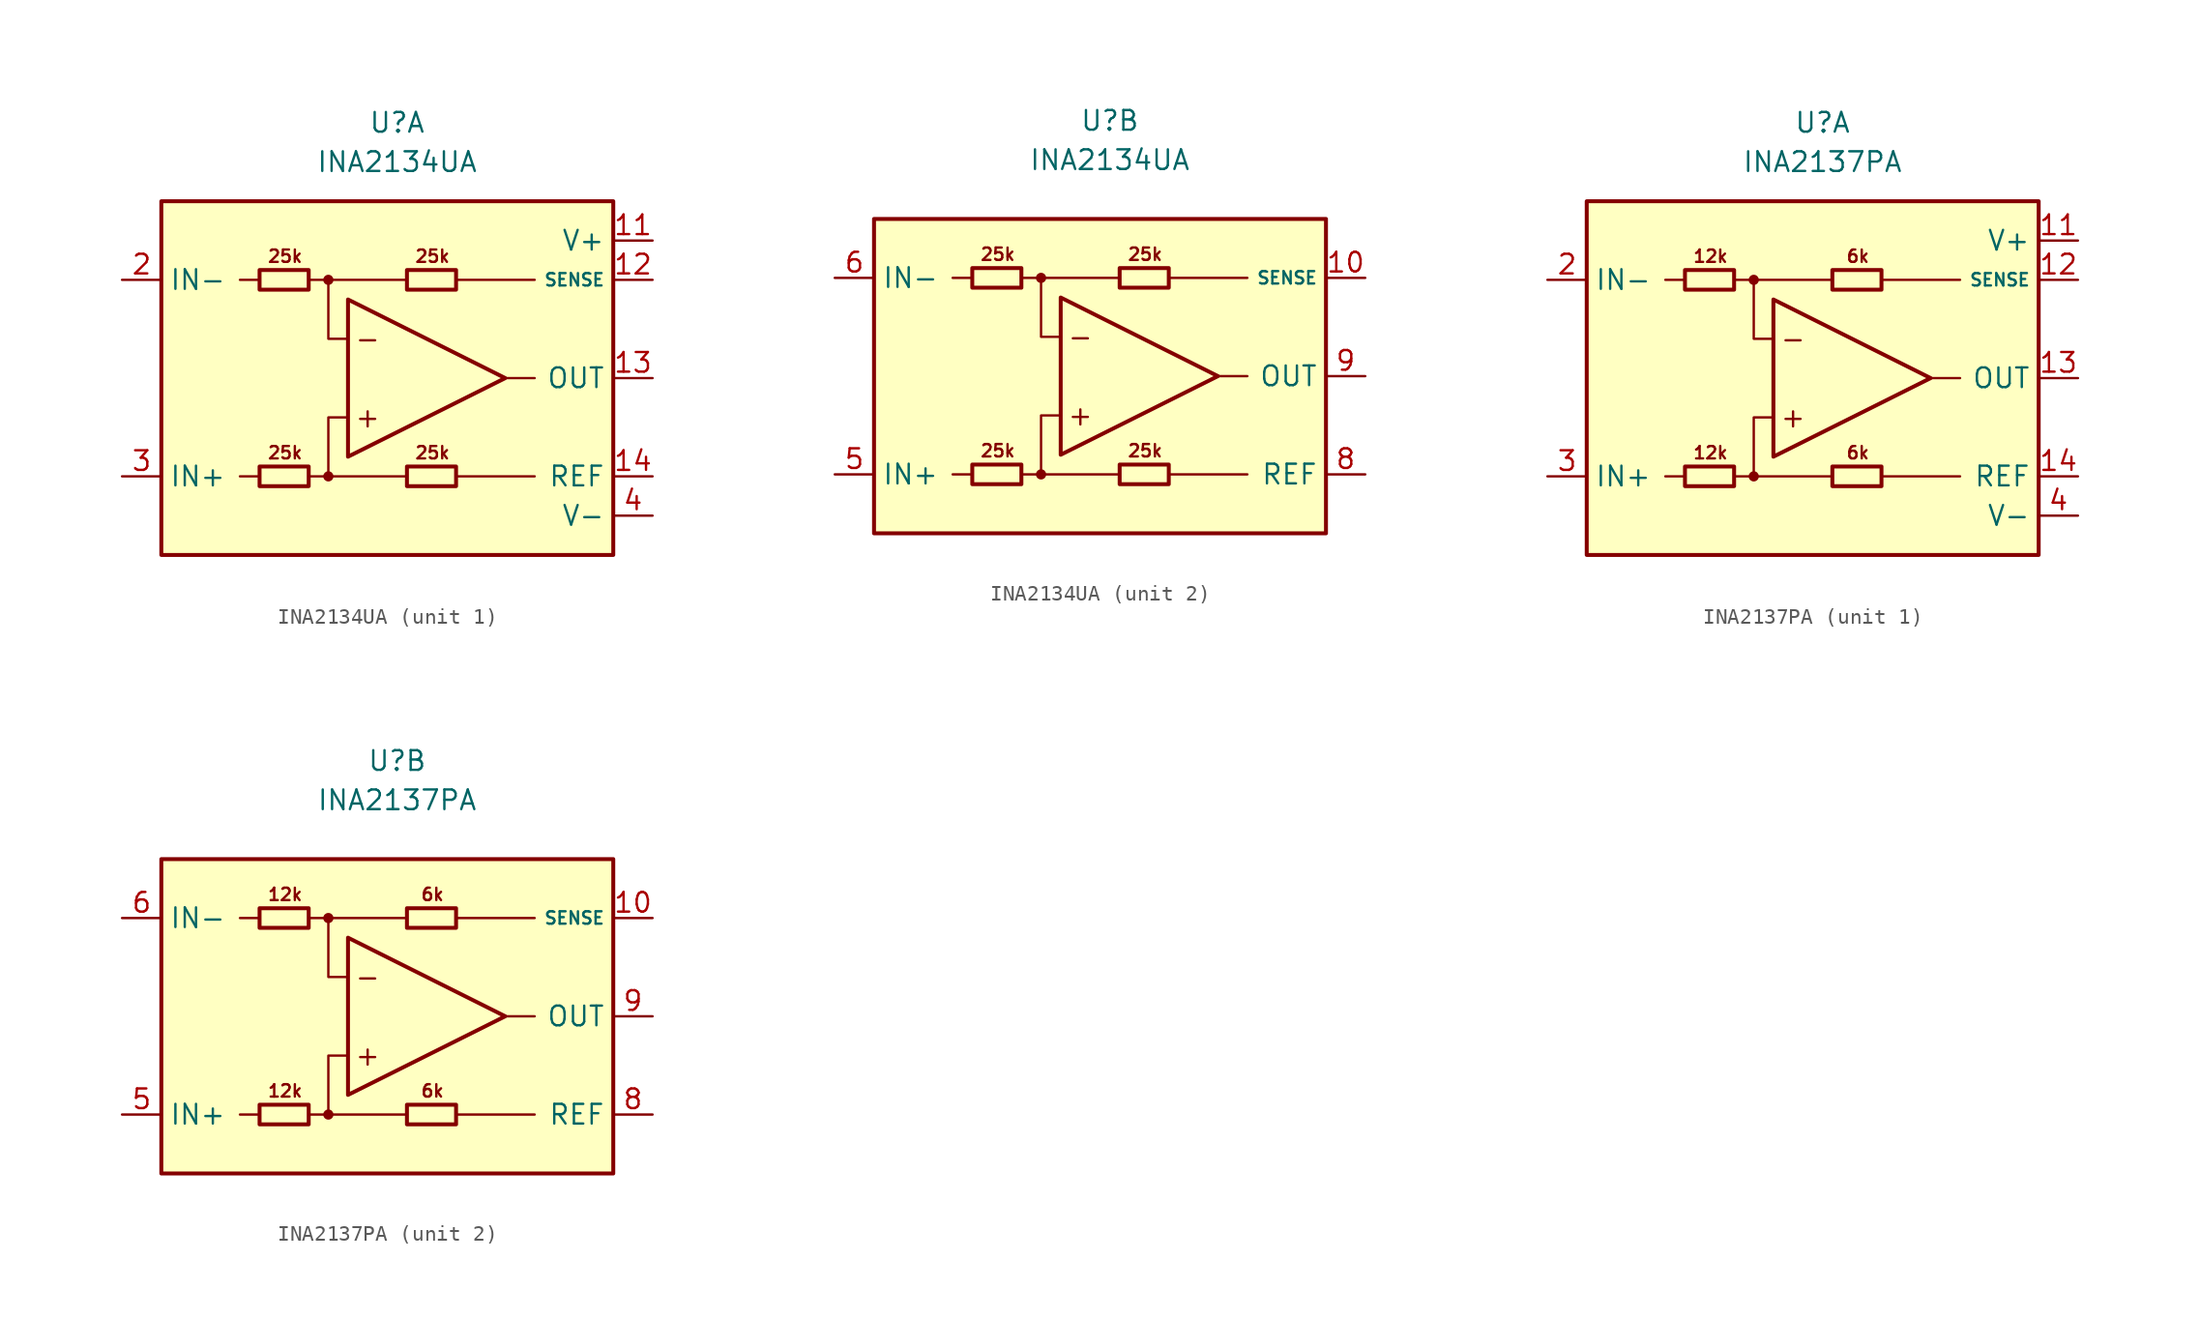
<source format=kicad_sym>
(kicad_symbol_lib
  (version 20211014)
  (generator kicad_symbol_editor)
  (symbol "INA2134UA"
    (property "Reference" "U"
      (at 0 16.51 0)
      (effects (font (size 1.27 1.27))))
    (property "Value" "INA2134UA"
      (at 0 13.97 0)
      (effects (font (size 1.27 1.27))))
    (property "ki_locked" ""
      (at 0 0 0)
      (effects (font (size 1.27 1.27))))
    (symbol "INA2134UA_0_0"
      (circle (center -4.445 -6.35) (radius 0.254) (stroke (width 0.152) (type default) (color 0 0 0 0)) (fill (type outline)))
      (circle (center -4.445 6.35) (radius 0.254) (stroke (width 0.152) (type default) (color 0 0 0 0)) (fill (type outline)))
      (polyline (pts (xy -8.89 -6.35) (xy -10.16 -6.35)) (stroke (width 0.152) (type default) (color 0 0 0 0)) (fill (type none)))
      (polyline (pts (xy -8.89 6.35) (xy -10.16 6.35)) (stroke (width 0.152) (type default) (color 0 0 0 0)) (fill (type none)))
      (polyline (pts (xy -4.445 6.35) (xy 0.635 6.35)) (stroke (width 0.152) (type default) (color 0 0 0 0)) (fill (type none)))
      (polyline (pts (xy 0.635 -6.35) (xy -4.445 -6.35)) (stroke (width 0.152) (type default) (color 0 0 0 0)) (fill (type none)))
      (polyline (pts (xy 3.81 -6.35) (xy 8.89 -6.35)) (stroke (width 0.152) (type default) (color 0 0 0 0)) (fill (type none)))
      (polyline (pts (xy 3.81 6.35) (xy 8.89 6.35)) (stroke (width 0.152) (type default) (color 0 0 0 0)) (fill (type none)))
      (polyline (pts (xy 8.89 0) (xy 6.985 0)) (stroke (width 0.152) (type default) (color 0 0 0 0)) (fill (type none)))
      (polyline (pts (xy -5.715 -6.35) (xy -4.445 -6.35) (xy -4.445 -2.54) (xy -3.175 -2.54)) (stroke (width 0.152) (type default) (color 0 0 0 0)) (fill (type none)))
      (polyline (pts (xy -3.175 2.54) (xy -4.445 2.54) (xy -4.445 6.35) (xy -5.715 6.35)) (stroke (width 0.152) (type default) (color 0 0 0 0)) (fill (type none)))
      (text "+" (at -1.905 -2.54 0) (effects (font (size 1.27 1.27))))
      (text "-" (at -1.905 2.54 0) (effects (font (size 1.27 1.27))))
      (text "25k" (at -7.239 -4.826 0) (effects (font (size 0.8 0.8))))
      (text "25k" (at -7.239 7.874 0) (effects (font (size 0.8 0.8))))
      (text "25k" (at 2.286 -4.826 0) (effects (font (size 0.8 0.8))))
      (text "25k" (at 2.286 7.874 0) (effects (font (size 0.8 0.8)))))
    (symbol "INA2134UA_0_1"
      (rectangle (start -8.89 -5.715) (end -5.715 -6.985) (stroke (width 0.254) (type default) (color 0 0 0 0)) (fill (type none)))
      (rectangle (start -8.89 6.985) (end -5.715 5.715) (stroke (width 0.254) (type default) (color 0 0 0 0)) (fill (type none)))
      (polyline (pts (xy -3.175 5.08) (xy -3.175 -5.08) (xy 6.985 0) (xy -3.175 5.08)) (stroke (width 0.254) (type default) (color 0 0 0 0)) (fill (type none)))
      (rectangle (start 0.635 -5.715) (end 3.81 -6.985) (stroke (width 0.254) (type default) (color 0 0 0 0)) (fill (type none)))
      (rectangle (start 0.635 6.985) (end 3.81 5.715) (stroke (width 0.254) (type default) (color 0 0 0 0)) (fill (type none))))
    (symbol "INA2134UA_1_0"
      (rectangle (start -15.24 11.43) (end 13.97 -11.43) (stroke (width 0.254) (type default) (color 0 0 0 0)) (fill (type background))))
    (symbol "INA2134UA_1_1"
      (pin no_connect line (at -10.16 1.27 0) (length 2.54) hide (name "NC" (effects (font (size 1.27 1.27)))) (number "1" (effects (font (size 1.27 1.27)))))
      (pin power_in line (at 16.51 8.89 180) (length 2.54) (name "V+" (effects (font (size 1.27 1.27)))) (number "11" (effects (font (size 1.27 1.27)))))
      (pin input line (at 16.51 6.35 180) (length 2.54) (name "SENSE" (effects (font (size 0.8 0.8)))) (number "12" (effects (font (size 1.27 1.27)))))
      (pin output line (at 16.51 0 180) (length 2.54) (name "OUT" (effects (font (size 1.27 1.27)))) (number "13" (effects (font (size 1.27 1.27)))))
      (pin input line (at 16.51 -6.35 180) (length 2.54) (name "REF" (effects (font (size 1.27 1.27)))) (number "14" (effects (font (size 1.27 1.27)))))
      (pin input line (at -17.78 6.35 0) (length 2.54) (name "IN-" (effects (font (size 1.27 1.27)))) (number "2" (effects (font (size 1.27 1.27)))))
      (pin input line (at -17.78 -6.35 0) (length 2.54) (name "IN+" (effects (font (size 1.27 1.27)))) (number "3" (effects (font (size 1.27 1.27)))))
      (pin power_in line (at 16.51 -8.89 180) (length 2.54) (name "V-" (effects (font (size 1.27 1.27)))) (number "4" (effects (font (size 1.27 1.27)))))
      (pin no_connect line (at -10.16 -1.27 0) (length 2.54) hide (name "NC" (effects (font (size 1.27 1.27)))) (number "7" (effects (font (size 1.27 1.27))))))
    (symbol "INA2134UA_2_0"
      (rectangle (start -15.24 10.16) (end 13.97 -10.16) (stroke (width 0.254) (type default) (color 0 0 0 0)) (fill (type background))))
    (symbol "INA2134UA_2_1"
      (pin input line (at 16.51 6.35 180) (length 2.54) (name "SENSE" (effects (font (size 0.8 0.8)))) (number "10" (effects (font (size 1.27 1.27)))))
      (pin input line (at -17.78 -6.35 0) (length 2.54) (name "IN+" (effects (font (size 1.27 1.27)))) (number "5" (effects (font (size 1.27 1.27)))))
      (pin input line (at -17.78 6.35 0) (length 2.54) (name "IN-" (effects (font (size 1.27 1.27)))) (number "6" (effects (font (size 1.27 1.27)))))
      (pin input line (at 16.51 -6.35 180) (length 2.54) (name "REF" (effects (font (size 1.27 1.27)))) (number "8" (effects (font (size 1.27 1.27)))))
      (pin output line (at 16.51 0 180) (length 2.54) (name "OUT" (effects (font (size 1.27 1.27)))) (number "9" (effects (font (size 1.27 1.27)))))))
  (symbol "INA2137PA"
    (property "Reference" "U"
      (at 0 16.51 0)
      (effects (font (size 1.27 1.27))))
    (property "Value" "INA2137PA"
      (at 0 13.97 0)
      (effects (font (size 1.27 1.27))))
    (property "ki_locked" ""
      (at 0 0 0)
      (effects (font (size 1.27 1.27))))
    (symbol "INA2137PA_0_0"
      (circle (center -4.445 -6.35) (radius 0.254) (stroke (width 0.152) (type default) (color 0 0 0 0)) (fill (type outline)))
      (circle (center -4.445 6.35) (radius 0.254) (stroke (width 0.152) (type default) (color 0 0 0 0)) (fill (type outline)))
      (polyline (pts (xy -8.89 -6.35) (xy -10.16 -6.35)) (stroke (width 0.152) (type default) (color 0 0 0 0)) (fill (type none)))
      (polyline (pts (xy -8.89 6.35) (xy -10.16 6.35)) (stroke (width 0.152) (type default) (color 0 0 0 0)) (fill (type none)))
      (polyline (pts (xy -4.445 6.35) (xy 0.635 6.35)) (stroke (width 0.152) (type default) (color 0 0 0 0)) (fill (type none)))
      (polyline (pts (xy 0.635 -6.35) (xy -4.445 -6.35)) (stroke (width 0.152) (type default) (color 0 0 0 0)) (fill (type none)))
      (polyline (pts (xy 3.81 -6.35) (xy 8.89 -6.35)) (stroke (width 0.152) (type default) (color 0 0 0 0)) (fill (type none)))
      (polyline (pts (xy 3.81 6.35) (xy 8.89 6.35)) (stroke (width 0.152) (type default) (color 0 0 0 0)) (fill (type none)))
      (polyline (pts (xy 8.89 0) (xy 6.985 0)) (stroke (width 0.152) (type default) (color 0 0 0 0)) (fill (type none)))
      (polyline (pts (xy -5.715 -6.35) (xy -4.445 -6.35) (xy -4.445 -2.54) (xy -3.175 -2.54)) (stroke (width 0.152) (type default) (color 0 0 0 0)) (fill (type none)))
      (polyline (pts (xy -3.175 2.54) (xy -4.445 2.54) (xy -4.445 6.35) (xy -5.715 6.35)) (stroke (width 0.152) (type default) (color 0 0 0 0)) (fill (type none)))
      (text "+" (at -1.905 -2.54 0) (effects (font (size 1.27 1.27))))
      (text "-" (at -1.905 2.54 0) (effects (font (size 1.27 1.27))))
      (text "12k" (at -7.239 -4.826 0) (effects (font (size 0.8 0.8))))
      (text "12k" (at -7.239 7.874 0) (effects (font (size 0.8 0.8))))
      (text "6k" (at 2.286 -4.826 0) (effects (font (size 0.8 0.8))))
      (text "6k" (at 2.286 7.874 0) (effects (font (size 0.8 0.8)))))
    (symbol "INA2137PA_0_1"
      (rectangle (start -8.89 -5.715) (end -5.715 -6.985) (stroke (width 0.254) (type default) (color 0 0 0 0)) (fill (type none)))
      (rectangle (start -8.89 6.985) (end -5.715 5.715) (stroke (width 0.254) (type default) (color 0 0 0 0)) (fill (type none)))
      (polyline (pts (xy -3.175 5.08) (xy -3.175 -5.08) (xy 6.985 0) (xy -3.175 5.08)) (stroke (width 0.254) (type default) (color 0 0 0 0)) (fill (type none)))
      (rectangle (start 0.635 -5.715) (end 3.81 -6.985) (stroke (width 0.254) (type default) (color 0 0 0 0)) (fill (type none)))
      (rectangle (start 0.635 6.985) (end 3.81 5.715) (stroke (width 0.254) (type default) (color 0 0 0 0)) (fill (type none))))
    (symbol "INA2137PA_1_0"
      (rectangle (start -15.24 11.43) (end 13.97 -11.43) (stroke (width 0.254) (type default) (color 0 0 0 0)) (fill (type background))))
    (symbol "INA2137PA_1_1"
      (pin no_connect line (at -10.16 1.27 0) (length 2.54) hide (name "NC" (effects (font (size 1.27 1.27)))) (number "1" (effects (font (size 1.27 1.27)))))
      (pin power_in line (at 16.51 8.89 180) (length 2.54) (name "V+" (effects (font (size 1.27 1.27)))) (number "11" (effects (font (size 1.27 1.27)))))
      (pin input line (at 16.51 6.35 180) (length 2.54) (name "SENSE" (effects (font (size 0.8 0.8)))) (number "12" (effects (font (size 1.27 1.27)))))
      (pin output line (at 16.51 0 180) (length 2.54) (name "OUT" (effects (font (size 1.27 1.27)))) (number "13" (effects (font (size 1.27 1.27)))))
      (pin input line (at 16.51 -6.35 180) (length 2.54) (name "REF" (effects (font (size 1.27 1.27)))) (number "14" (effects (font (size 1.27 1.27)))))
      (pin input line (at -17.78 6.35 0) (length 2.54) (name "IN-" (effects (font (size 1.27 1.27)))) (number "2" (effects (font (size 1.27 1.27)))))
      (pin input line (at -17.78 -6.35 0) (length 2.54) (name "IN+" (effects (font (size 1.27 1.27)))) (number "3" (effects (font (size 1.27 1.27)))))
      (pin power_in line (at 16.51 -8.89 180) (length 2.54) (name "V-" (effects (font (size 1.27 1.27)))) (number "4" (effects (font (size 1.27 1.27)))))
      (pin no_connect line (at -10.16 -1.27 0) (length 2.54) hide (name "NC" (effects (font (size 1.27 1.27)))) (number "7" (effects (font (size 1.27 1.27))))))
    (symbol "INA2137PA_2_0"
      (rectangle (start -15.24 10.16) (end 13.97 -10.16) (stroke (width 0.254) (type default) (color 0 0 0 0)) (fill (type background))))
    (symbol "INA2137PA_2_1"
      (pin input line (at 16.51 6.35 180) (length 2.54) (name "SENSE" (effects (font (size 0.8 0.8)))) (number "10" (effects (font (size 1.27 1.27)))))
      (pin input line (at -17.78 -6.35 0) (length 2.54) (name "IN+" (effects (font (size 1.27 1.27)))) (number "5" (effects (font (size 1.27 1.27)))))
      (pin input line (at -17.78 6.35 0) (length 2.54) (name "IN-" (effects (font (size 1.27 1.27)))) (number "6" (effects (font (size 1.27 1.27)))))
      (pin input line (at 16.51 -6.35 180) (length 2.54) (name "REF" (effects (font (size 1.27 1.27)))) (number "8" (effects (font (size 1.27 1.27)))))
      (pin output line (at 16.51 0 180) (length 2.54) (name "OUT" (effects (font (size 1.27 1.27)))) (number "9" (effects (font (size 1.27 1.27))))))))
</source>
